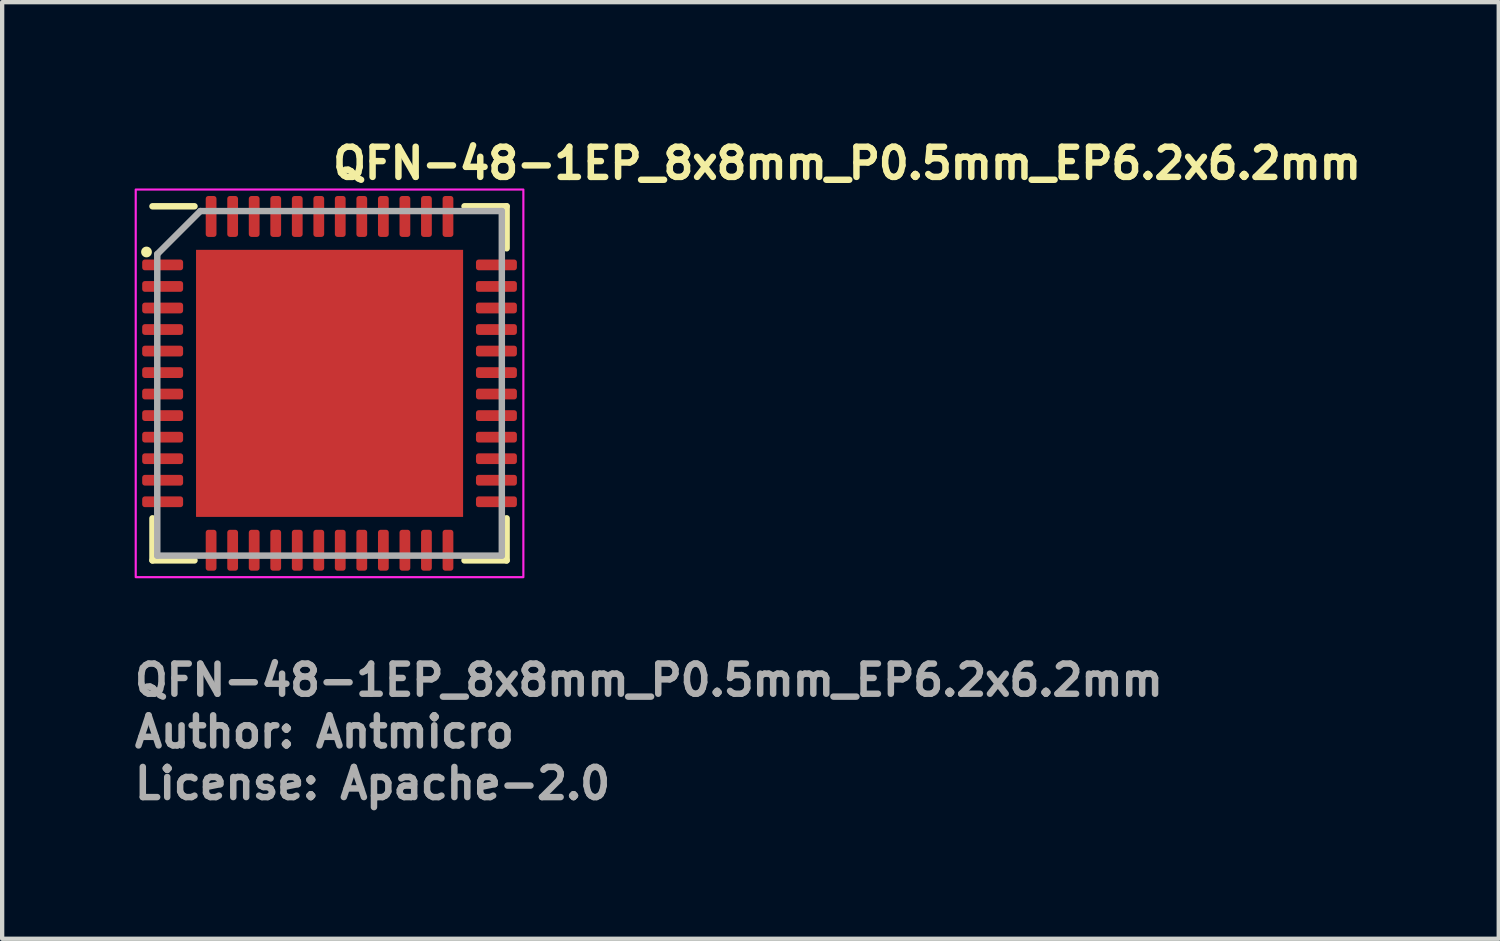
<source format=kicad_pcb>
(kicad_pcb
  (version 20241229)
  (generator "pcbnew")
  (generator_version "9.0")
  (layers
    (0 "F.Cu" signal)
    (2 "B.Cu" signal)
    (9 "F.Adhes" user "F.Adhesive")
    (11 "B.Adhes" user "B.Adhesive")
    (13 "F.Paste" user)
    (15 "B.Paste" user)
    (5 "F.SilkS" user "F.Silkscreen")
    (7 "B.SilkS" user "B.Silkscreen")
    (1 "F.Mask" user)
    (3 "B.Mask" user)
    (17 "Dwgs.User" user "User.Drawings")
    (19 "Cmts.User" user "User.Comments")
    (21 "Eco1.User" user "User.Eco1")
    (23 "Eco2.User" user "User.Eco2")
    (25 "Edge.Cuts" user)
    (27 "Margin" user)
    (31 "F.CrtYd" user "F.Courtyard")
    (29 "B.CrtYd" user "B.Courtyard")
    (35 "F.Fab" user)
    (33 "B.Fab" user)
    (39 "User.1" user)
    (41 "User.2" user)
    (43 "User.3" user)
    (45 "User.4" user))
  (footprint "QFN-48-1EP_8x8mm_P0.5mm_EP6.2x6.2mm"
    (layer "F.Cu")
    (at 4.601 5.85)
    (property "Reference" "QFN-48-1EP_8x8mm_P0.5mm_EP6.2x6.2mm" (at 0 -4.7 0) (layer "F.SilkS") (effects (font (size 0.7 0.7) (thickness 0.15)) (justify left bottom)))
    (attr smd)
    (fp_line (start -4.111 4.11) (end -4.111 3.133) (stroke (width 0.15) (type solid)) (layer "F.SilkS"))
    (fp_line (start -3.136 -4.111) (end -4.111 -4.111) (stroke (width 0.15) (type solid)) (layer "F.SilkS"))
    (fp_line (start -3.136 4.11) (end -4.111 4.11) (stroke (width 0.15) (type solid)) (layer "F.SilkS"))
    (fp_line (start 3.133 -4.111) (end 4.11 -4.111) (stroke (width 0.15) (type solid)) (layer "F.SilkS"))
    (fp_line (start 3.133 4.11) (end 4.11 4.11) (stroke (width 0.15) (type solid)) (layer "F.SilkS"))
    (fp_line (start 4.11 -4.111) (end 4.11 -3.136) (stroke (width 0.15) (type solid)) (layer "F.SilkS"))
    (fp_line (start 4.11 4.11) (end 4.11 3.133) (stroke (width 0.15) (type solid)) (layer "F.SilkS"))
    (fp_circle (center -4.25 -3.05) (end -4.2 -3.05) (stroke (width 0.15) (type solid)) (fill yes) (layer "F.SilkS"))
    (fp_rect (start -4.5 -4.5) (end 4.499 4.499) (stroke (width 0.05) (type solid)) (fill no) (layer "F.CrtYd"))
    (fp_line (start -4 -3) (end -3 -4) (stroke (width 0.15) (type solid)) (layer "F.Fab"))
    (fp_line (start -4 3.999) (end -4 -3) (stroke (width 0.15) (type solid)) (layer "F.Fab"))
    (fp_line (start -3 -4) (end 3.999 -4) (stroke (width 0.15) (type solid)) (layer "F.Fab"))
    (fp_line (start 3.999 -4) (end 3.999 3.999) (stroke (width 0.15) (type solid)) (layer "F.Fab"))
    (fp_line (start 3.999 3.999) (end -4 3.999) (stroke (width 0.15) (type solid)) (layer "F.Fab"))
    (fp_rect (start -4 -4) (end 3.999 3.999) (stroke (width 0.1) (type solid)) (fill no) (layer "User.5"))
    (fp_line (start -4 -2.875) (end -4 -2.625) (stroke (width 0.02) (type solid)) (layer "User.9"))
    (fp_line (start -4 -2.625) (end -3.992 -2.625) (stroke (width 0.02) (type solid)) (layer "User.9"))
    (fp_line (start -4 -2.375) (end -4 -2.125) (stroke (width 0.02) (type solid)) (layer "User.9"))
    (fp_line (start -4 -2.125) (end -3.992 -2.125) (stroke (width 0.02) (type solid)) (layer "User.9"))
    (fp_line (start -4 -1.875) (end -4 -1.625) (stroke (width 0.02) (type solid)) (layer "User.9"))
    (fp_line (start -4 -1.625) (end -3.992 -1.625) (stroke (width 0.02) (type solid)) (layer "User.9"))
    (fp_line (start -4 -1.375) (end -4 -1.125) (stroke (width 0.02) (type solid)) (layer "User.9"))
    (fp_line (start -4 -1.125) (end -3.992 -1.125) (stroke (width 0.02) (type solid)) (layer "User.9"))
    (fp_line (start -4 -0.875) (end -4 -0.625) (stroke (width 0.02) (type solid)) (layer "User.9"))
    (fp_line (start -4 -0.625) (end -3.992 -0.625) (stroke (width 0.02) (type solid)) (layer "User.9"))
    (fp_line (start -4 -0.375) (end -4 -0.125) (stroke (width 0.02) (type solid)) (layer "User.9"))
    (fp_line (start -4 -0.125) (end -3.992 -0.125) (stroke (width 0.02) (type solid)) (layer "User.9"))
    (fp_line (start -4 0.123) (end -4 0.373) (stroke (width 0.02) (type solid)) (layer "User.9"))
    (fp_line (start -4 0.373) (end -3.992 0.373) (stroke (width 0.02) (type solid)) (layer "User.9"))
    (fp_line (start -4 0.623) (end -4 0.873) (stroke (width 0.02) (type solid)) (layer "User.9"))
    (fp_line (start -4 0.873) (end -3.992 0.873) (stroke (width 0.02) (type solid)) (layer "User.9"))
    (fp_line (start -4 1.124) (end -4 1.374) (stroke (width 0.02) (type solid)) (layer "User.9"))
    (fp_line (start -4 1.374) (end -3.992 1.374) (stroke (width 0.02) (type solid)) (layer "User.9"))
    (fp_line (start -4 1.624) (end -4 1.874) (stroke (width 0.02) (type solid)) (layer "User.9"))
    (fp_line (start -4 1.874) (end -3.992 1.874) (stroke (width 0.02) (type solid)) (layer "User.9"))
    (fp_line (start -4 2.124) (end -4 2.374) (stroke (width 0.02) (type solid)) (layer "User.9"))
    (fp_line (start -4 2.374) (end -3.992 2.374) (stroke (width 0.02) (type solid)) (layer "User.9"))
    (fp_line (start -4 2.624) (end -4 2.874) (stroke (width 0.02) (type solid)) (layer "User.9"))
    (fp_line (start -4 2.874) (end -3.992 2.874) (stroke (width 0.02) (type solid)) (layer "User.9"))
    (fp_line (start -3.992 -3.992) (end -3.992 3.99) (stroke (width 0.02) (type solid)) (layer "User.9"))
    (fp_line (start -3.992 -3.992) (end 3.99 -3.992) (stroke (width 0.02) (type solid)) (layer "User.9"))
    (fp_line (start -3.992 -2.875) (end -4 -2.875) (stroke (width 0.02) (type solid)) (layer "User.9"))
    (fp_line (start -3.992 -2.375) (end -4 -2.375) (stroke (width 0.02) (type solid)) (layer "User.9"))
    (fp_line (start -3.992 -1.875) (end -4 -1.875) (stroke (width 0.02) (type solid)) (layer "User.9"))
    (fp_line (start -3.992 -1.375) (end -4 -1.375) (stroke (width 0.02) (type solid)) (layer "User.9"))
    (fp_line (start -3.992 -0.875) (end -4 -0.875) (stroke (width 0.02) (type solid)) (layer "User.9"))
    (fp_line (start -3.992 -0.375) (end -4 -0.375) (stroke (width 0.02) (type solid)) (layer "User.9"))
    (fp_line (start -3.992 0.123) (end -4 0.123) (stroke (width 0.02) (type solid)) (layer "User.9"))
    (fp_line (start -3.992 0.623) (end -4 0.623) (stroke (width 0.02) (type solid)) (layer "User.9"))
    (fp_line (start -3.992 1.124) (end -4 1.124) (stroke (width 0.02) (type solid)) (layer "User.9"))
    (fp_line (start -3.992 1.624) (end -4 1.624) (stroke (width 0.02) (type solid)) (layer "User.9"))
    (fp_line (start -3.992 2.124) (end -4 2.124) (stroke (width 0.02) (type solid)) (layer "User.9"))
    (fp_line (start -3.992 2.624) (end -4 2.624) (stroke (width 0.02) (type solid)) (layer "User.9"))
    (fp_line (start -3.992 3.99) (end 3.99 3.99) (stroke (width 0.02) (type solid)) (layer "User.9"))
    (fp_line (start -3.44 -3.207) (end -3.439 -3.225) (stroke (width 0.02) (type solid)) (layer "User.9"))
    (fp_line (start -3.44 -3.19) (end -3.44 -3.207) (stroke (width 0.02) (type solid)) (layer "User.9"))
    (fp_line (start -3.44 -3.182) (end -3.44 -3.19) (stroke (width 0.02) (type solid)) (layer "User.9"))
    (fp_line (start -3.44 -3.174) (end -3.44 -3.182) (stroke (width 0.02) (type solid)) (layer "User.9"))
    (fp_line (start -3.439 -3.225) (end -3.436 -3.241) (stroke (width 0.02) (type solid)) (layer "User.9"))
    (fp_line (start -3.439 -3.166) (end -3.44 -3.174) (stroke (width 0.02) (type solid)) (layer "User.9"))
    (fp_line (start -3.439 -3.157) (end -3.439 -3.166) (stroke (width 0.02) (type solid)) (layer "User.9"))
    (fp_line (start -3.438 -3.149) (end -3.439 -3.157) (stroke (width 0.02) (type solid)) (layer "User.9"))
    (fp_line (start -3.436 -3.241) (end -3.432 -3.257) (stroke (width 0.02) (type solid)) (layer "User.9"))
    (fp_line (start -3.436 -3.141) (end -3.438 -3.149) (stroke (width 0.02) (type solid)) (layer "User.9"))
    (fp_line (start -3.435 -3.133) (end -3.436 -3.141) (stroke (width 0.02) (type solid)) (layer "User.9"))
    (fp_line (start -3.432 -3.257) (end -3.427 -3.271) (stroke (width 0.02) (type solid)) (layer "User.9"))
    (fp_line (start -3.432 -3.125) (end -3.435 -3.133) (stroke (width 0.02) (type solid)) (layer "User.9"))
    (fp_line (start -3.431 -3.117) (end -3.432 -3.125) (stroke (width 0.02) (type solid)) (layer "User.9"))
    (fp_line (start -3.427 -3.271) (end -3.422 -3.286) (stroke (width 0.02) (type solid)) (layer "User.9"))
    (fp_line (start -3.427 -3.11) (end -3.431 -3.117) (stroke (width 0.02) (type solid)) (layer "User.9"))
    (fp_line (start -3.424 -3.102) (end -3.427 -3.11) (stroke (width 0.02) (type solid)) (layer "User.9"))
    (fp_line (start -3.422 -3.286) (end -3.415 -3.302) (stroke (width 0.02) (type solid)) (layer "User.9"))
    (fp_line (start -3.422 -3.096) (end -3.424 -3.102) (stroke (width 0.02) (type solid)) (layer "User.9"))
    (fp_line (start -3.419 -3.088) (end -3.422 -3.096) (stroke (width 0.02) (type solid)) (layer "User.9"))
    (fp_line (start -3.415 -3.302) (end -3.407 -3.315) (stroke (width 0.02) (type solid)) (layer "User.9"))
    (fp_line (start -3.415 -3.081) (end -3.419 -3.088) (stroke (width 0.02) (type solid)) (layer "User.9"))
    (fp_line (start -3.411 -3.073) (end -3.415 -3.081) (stroke (width 0.02) (type solid)) (layer "User.9"))
    (fp_line (start -3.407 -3.315) (end -3.399 -3.33) (stroke (width 0.02) (type solid)) (layer "User.9"))
    (fp_line (start -3.407 -3.065) (end -3.411 -3.073) (stroke (width 0.02) (type solid)) (layer "User.9"))
    (fp_line (start -3.403 -3.06) (end -3.407 -3.065) (stroke (width 0.02) (type solid)) (layer "User.9"))
    (fp_line (start -3.399 -3.33) (end -3.39 -3.343) (stroke (width 0.02) (type solid)) (layer "User.9"))
    (fp_line (start -3.399 -3.052) (end -3.403 -3.06) (stroke (width 0.02) (type solid)) (layer "User.9"))
    (fp_line (start -3.395 -3.045) (end -3.399 -3.052) (stroke (width 0.02) (type solid)) (layer "User.9"))
    (fp_line (start -3.39 -3.343) (end -3.379 -3.355) (stroke (width 0.02) (type solid)) (layer "User.9"))
    (fp_line (start -3.39 -3.04) (end -3.395 -3.045) (stroke (width 0.02) (type solid)) (layer "User.9"))
    (fp_line (start -3.384 -3.032) (end -3.39 -3.04) (stroke (width 0.02) (type solid)) (layer "User.9"))
    (fp_line (start -3.379 -3.355) (end -3.368 -3.367) (stroke (width 0.02) (type solid)) (layer "User.9"))
    (fp_line (start -3.379 -3.027) (end -3.384 -3.032) (stroke (width 0.02) (type solid)) (layer "User.9"))
    (fp_line (start -3.374 -3.02) (end -3.379 -3.027) (stroke (width 0.02) (type solid)) (layer "User.9"))
    (fp_line (start -3.368 -3.367) (end -3.356 -3.379) (stroke (width 0.02) (type solid)) (layer "User.9"))
    (fp_line (start -3.368 -3.015) (end -3.374 -3.02) (stroke (width 0.02) (type solid)) (layer "User.9"))
    (fp_line (start -3.363 -3.008) (end -3.368 -3.015) (stroke (width 0.02) (type solid)) (layer "User.9"))
    (fp_line (start -3.356 -3.379) (end -3.343 -3.39) (stroke (width 0.02) (type solid)) (layer "User.9"))
    (fp_line (start -3.356 -3.004) (end -3.363 -3.008) (stroke (width 0.02) (type solid)) (layer "User.9"))
    (fp_line (start -3.351 -2.999) (end -3.356 -3.004) (stroke (width 0.02) (type solid)) (layer "User.9"))
    (fp_line (start -3.343 -3.39) (end -3.331 -3.399) (stroke (width 0.02) (type solid)) (layer "User.9"))
    (fp_line (start -3.343 -2.992) (end -3.351 -2.999) (stroke (width 0.02) (type solid)) (layer "User.9"))
    (fp_line (start -3.336 -2.988) (end -3.343 -2.992) (stroke (width 0.02) (type solid)) (layer "User.9"))
    (fp_line (start -3.331 -3.399) (end -3.315 -3.407) (stroke (width 0.02) (type solid)) (layer "User.9"))
    (fp_line (start -3.331 -2.984) (end -3.336 -2.988) (stroke (width 0.02) (type solid)) (layer "User.9"))
    (fp_line (start -3.323 -2.979) (end -3.331 -2.984) (stroke (width 0.02) (type solid)) (layer "User.9"))
    (fp_line (start -3.315 -3.407) (end -3.315 -3.407) (stroke (width 0.02) (type solid)) (layer "User.9"))
    (fp_line (start -3.315 -3.407) (end -3.302 -3.415) (stroke (width 0.02) (type solid)) (layer "User.9"))
    (fp_line (start -3.315 -2.975) (end -3.323 -2.979) (stroke (width 0.02) (type solid)) (layer "User.9"))
    (fp_line (start -3.315 -2.975) (end -3.315 -2.975) (stroke (width 0.02) (type solid)) (layer "User.9"))
    (fp_line (start -3.302 -3.415) (end -3.286 -3.423) (stroke (width 0.02) (type solid)) (layer "User.9"))
    (fp_line (start -3.302 -2.967) (end -3.315 -2.975) (stroke (width 0.02) (type solid)) (layer "User.9"))
    (fp_line (start -3.286 -3.423) (end -3.27 -3.427) (stroke (width 0.02) (type solid)) (layer "User.9"))
    (fp_line (start -3.286 -2.96) (end -3.302 -2.967) (stroke (width 0.02) (type solid)) (layer "User.9"))
    (fp_line (start -3.27 -3.427) (end -3.255 -3.432) (stroke (width 0.02) (type solid)) (layer "User.9"))
    (fp_line (start -3.27 -2.955) (end -3.286 -2.96) (stroke (width 0.02) (type solid)) (layer "User.9"))
    (fp_line (start -3.255 -3.432) (end -3.239 -3.436) (stroke (width 0.02) (type solid)) (layer "User.9"))
    (fp_line (start -3.255 -2.949) (end -3.27 -2.955) (stroke (width 0.02) (type solid)) (layer "User.9"))
    (fp_line (start -3.239 -3.436) (end -3.223 -3.439) (stroke (width 0.02) (type solid)) (layer "User.9"))
    (fp_line (start -3.239 -2.945) (end -3.255 -2.949) (stroke (width 0.02) (type solid)) (layer "User.9"))
    (fp_line (start -3.223 -3.439) (end -3.207 -3.44) (stroke (width 0.02) (type solid)) (layer "User.9"))
    (fp_line (start -3.223 -2.943) (end -3.239 -2.945) (stroke (width 0.02) (type solid)) (layer "User.9"))
    (fp_line (start -3.207 -3.44) (end -3.19 -3.44) (stroke (width 0.02) (type solid)) (layer "User.9"))
    (fp_line (start -3.207 -2.942) (end -3.223 -2.943) (stroke (width 0.02) (type solid)) (layer "User.9"))
    (fp_line (start -3.19 -3.44) (end -3.174 -3.44) (stroke (width 0.02) (type solid)) (layer "User.9"))
    (fp_line (start -3.19 -2.94) (end -3.207 -2.942) (stroke (width 0.02) (type solid)) (layer "User.9"))
    (fp_line (start -3.174 -3.44) (end -3.158 -3.439) (stroke (width 0.02) (type solid)) (layer "User.9"))
    (fp_line (start -3.174 -2.942) (end -3.19 -2.94) (stroke (width 0.02) (type solid)) (layer "User.9"))
    (fp_line (start -3.158 -3.439) (end -3.142 -3.436) (stroke (width 0.02) (type solid)) (layer "User.9"))
    (fp_line (start -3.158 -2.943) (end -3.174 -2.942) (stroke (width 0.02) (type solid)) (layer "User.9"))
    (fp_line (start -3.142 -3.436) (end -3.126 -3.432) (stroke (width 0.02) (type solid)) (layer "User.9"))
    (fp_line (start -3.142 -2.945) (end -3.158 -2.943) (stroke (width 0.02) (type solid)) (layer "User.9"))
    (fp_line (start -3.126 -3.432) (end -3.112 -3.427) (stroke (width 0.02) (type solid)) (layer "User.9"))
    (fp_line (start -3.126 -2.949) (end -3.142 -2.945) (stroke (width 0.02) (type solid)) (layer "User.9"))
    (fp_line (start -3.112 -3.427) (end -3.096 -3.423) (stroke (width 0.02) (type solid)) (layer "User.9"))
    (fp_line (start -3.112 -2.955) (end -3.126 -2.949) (stroke (width 0.02) (type solid)) (layer "User.9"))
    (fp_line (start -3.096 -3.423) (end -3.081 -3.415) (stroke (width 0.02) (type solid)) (layer "User.9"))
    (fp_line (start -3.096 -2.96) (end -3.112 -2.955) (stroke (width 0.02) (type solid)) (layer "User.9"))
    (fp_line (start -3.081 -3.415) (end -3.065 -3.407) (stroke (width 0.02) (type solid)) (layer "User.9"))
    (fp_line (start -3.081 -2.967) (end -3.096 -2.96) (stroke (width 0.02) (type solid)) (layer "User.9"))
    (fp_line (start -3.065 -3.407) (end -3.065 -3.407) (stroke (width 0.02) (type solid)) (layer "User.9"))
    (fp_line (start -3.065 -3.407) (end -3.059 -3.403) (stroke (width 0.02) (type solid)) (layer "User.9"))
    (fp_line (start -3.065 -2.975) (end -3.081 -2.967) (stroke (width 0.02) (type solid)) (layer "User.9"))
    (fp_line (start -3.065 -2.975) (end -3.065 -2.975) (stroke (width 0.02) (type solid)) (layer "User.9"))
    (fp_line (start -3.059 -3.403) (end -3.052 -3.399) (stroke (width 0.02) (type solid)) (layer "User.9"))
    (fp_line (start -3.052 -3.399) (end -3.045 -3.394) (stroke (width 0.02) (type solid)) (layer "User.9"))
    (fp_line (start -3.052 -2.984) (end -3.065 -2.975) (stroke (width 0.02) (type solid)) (layer "User.9"))
    (fp_line (start -3.045 -3.394) (end -3.039 -3.39) (stroke (width 0.02) (type solid)) (layer "User.9"))
    (fp_line (start -3.039 -3.39) (end -3.032 -3.383) (stroke (width 0.02) (type solid)) (layer "User.9"))
    (fp_line (start -3.039 -2.992) (end -3.052 -2.984) (stroke (width 0.02) (type solid)) (layer "User.9"))
    (fp_line (start -3.032 -3.383) (end -3.025 -3.379) (stroke (width 0.02) (type solid)) (layer "User.9"))
    (fp_line (start -3.025 -3.379) (end -3.02 -3.374) (stroke (width 0.02) (type solid)) (layer "User.9"))
    (fp_line (start -3.025 -3.004) (end -3.039 -2.992) (stroke (width 0.02) (type solid)) (layer "User.9"))
    (fp_line (start -3.02 -3.374) (end -3.013 -3.367) (stroke (width 0.02) (type solid)) (layer "User.9"))
    (fp_line (start -3.013 -3.367) (end -3.008 -3.362) (stroke (width 0.02) (type solid)) (layer "User.9"))
    (fp_line (start -3.013 -3.015) (end -3.025 -3.004) (stroke (width 0.02) (type solid)) (layer "User.9"))
    (fp_line (start -3.008 -3.362) (end -3.003 -3.355) (stroke (width 0.02) (type solid)) (layer "User.9"))
    (fp_line (start -3.003 -3.355) (end -2.997 -3.35) (stroke (width 0.02) (type solid)) (layer "User.9"))
    (fp_line (start -3.003 -3.027) (end -3.013 -3.015) (stroke (width 0.02) (type solid)) (layer "User.9"))
    (fp_line (start -2.997 -3.35) (end -2.992 -3.343) (stroke (width 0.02) (type solid)) (layer "User.9"))
    (fp_line (start -2.992 -3.343) (end -2.988 -3.336) (stroke (width 0.02) (type solid)) (layer "User.9"))
    (fp_line (start -2.992 -3.04) (end -3.003 -3.027) (stroke (width 0.02) (type solid)) (layer "User.9"))
    (fp_line (start -2.988 -3.336) (end -2.984 -3.33) (stroke (width 0.02) (type solid)) (layer "User.9"))
    (fp_line (start -2.984 -3.33) (end -2.979 -3.322) (stroke (width 0.02) (type solid)) (layer "User.9"))
    (fp_line (start -2.984 -3.052) (end -2.992 -3.04) (stroke (width 0.02) (type solid)) (layer "User.9"))
    (fp_line (start -2.979 -3.322) (end -2.975 -3.315) (stroke (width 0.02) (type solid)) (layer "User.9"))
    (fp_line (start -2.975 -3.315) (end -2.971 -3.309) (stroke (width 0.02) (type solid)) (layer "User.9"))
    (fp_line (start -2.975 -3.065) (end -2.984 -3.052) (stroke (width 0.02) (type solid)) (layer "User.9"))
    (fp_line (start -2.971 -3.309) (end -2.967 -3.302) (stroke (width 0.02) (type solid)) (layer "User.9"))
    (fp_line (start -2.967 -3.302) (end -2.964 -3.294) (stroke (width 0.02) (type solid)) (layer "User.9"))
    (fp_line (start -2.967 -3.081) (end -2.975 -3.065) (stroke (width 0.02) (type solid)) (layer "User.9"))
    (fp_line (start -2.964 -3.294) (end -2.96 -3.286) (stroke (width 0.02) (type solid)) (layer "User.9"))
    (fp_line (start -2.96 -3.286) (end -2.957 -3.279) (stroke (width 0.02) (type solid)) (layer "User.9"))
    (fp_line (start -2.96 -3.096) (end -2.967 -3.081) (stroke (width 0.02) (type solid)) (layer "User.9"))
    (fp_line (start -2.957 -3.279) (end -2.955 -3.271) (stroke (width 0.02) (type solid)) (layer "User.9"))
    (fp_line (start -2.955 -3.271) (end -2.952 -3.265) (stroke (width 0.02) (type solid)) (layer "User.9"))
    (fp_line (start -2.955 -3.11) (end -2.96 -3.096) (stroke (width 0.02) (type solid)) (layer "User.9"))
    (fp_line (start -2.952 -3.265) (end -2.949 -3.257) (stroke (width 0.02) (type solid)) (layer "User.9"))
    (fp_line (start -2.949 -3.257) (end -2.948 -3.249) (stroke (width 0.02) (type solid)) (layer "User.9"))
    (fp_line (start -2.949 -3.125) (end -2.955 -3.11) (stroke (width 0.02) (type solid)) (layer "User.9"))
    (fp_line (start -2.948 -3.249) (end -2.945 -3.241) (stroke (width 0.02) (type solid)) (layer "User.9"))
    (fp_line (start -2.945 -3.241) (end -2.944 -3.233) (stroke (width 0.02) (type solid)) (layer "User.9"))
    (fp_line (start -2.945 -3.141) (end -2.949 -3.125) (stroke (width 0.02) (type solid)) (layer "User.9"))
    (fp_line (start -2.944 -3.233) (end -2.943 -3.225) (stroke (width 0.02) (type solid)) (layer "User.9"))
    (fp_line (start -2.943 -3.225) (end -2.943 -3.215) (stroke (width 0.02) (type solid)) (layer "User.9"))
    (fp_line (start -2.943 -3.215) (end -2.942 -3.207) (stroke (width 0.02) (type solid)) (layer "User.9"))
    (fp_line (start -2.943 -3.157) (end -2.945 -3.141) (stroke (width 0.02) (type solid)) (layer "User.9"))
    (fp_line (start -2.942 -3.207) (end -2.942 -3.2) (stroke (width 0.02) (type solid)) (layer "User.9"))
    (fp_line (start -2.942 -3.2) (end -2.94 -3.19) (stroke (width 0.02) (type solid)) (layer "User.9"))
    (fp_line (start -2.942 -3.174) (end -2.943 -3.157) (stroke (width 0.02) (type solid)) (layer "User.9"))
    (fp_line (start -2.94 -3.19) (end -2.942 -3.174) (stroke (width 0.02) (type solid)) (layer "User.9"))
    (fp_line (start -2.875 -4) (end -2.875 -3.992) (stroke (width 0.02) (type solid)) (layer "User.9"))
    (fp_line (start -2.875 3.99) (end -2.875 3.999) (stroke (width 0.02) (type solid)) (layer "User.9"))
    (fp_line (start -2.875 3.999) (end -2.625 3.999) (stroke (width 0.02) (type solid)) (layer "User.9"))
    (fp_line (start -2.625 -4) (end -2.875 -4) (stroke (width 0.02) (type solid)) (layer "User.9"))
    (fp_line (start -2.625 -3.992) (end -2.625 -4) (stroke (width 0.02) (type solid)) (layer "User.9"))
    (fp_line (start -2.625 3.999) (end -2.625 3.99) (stroke (width 0.02) (type solid)) (layer "User.9"))
    (fp_line (start -2.375 -4) (end -2.375 -3.992) (stroke (width 0.02) (type solid)) (layer "User.9"))
    (fp_line (start -2.375 3.99) (end -2.375 3.999) (stroke (width 0.02) (type solid)) (layer "User.9"))
    (fp_line (start -2.375 3.999) (end -2.125 3.999) (stroke (width 0.02) (type solid)) (layer "User.9"))
    (fp_line (start -2.125 -4) (end -2.375 -4) (stroke (width 0.02) (type solid)) (layer "User.9"))
    (fp_line (start -2.125 -3.992) (end -2.125 -4) (stroke (width 0.02) (type solid)) (layer "User.9"))
    (fp_line (start -2.125 3.999) (end -2.125 3.99) (stroke (width 0.02) (type solid)) (layer "User.9"))
    (fp_line (start -1.875 -4) (end -1.875 -3.992) (stroke (width 0.02) (type solid)) (layer "User.9"))
    (fp_line (start -1.875 3.99) (end -1.875 3.999) (stroke (width 0.02) (type solid)) (layer "User.9"))
    (fp_line (start -1.875 3.999) (end -1.625 3.999) (stroke (width 0.02) (type solid)) (layer "User.9"))
    (fp_line (start -1.625 -4) (end -1.875 -4) (stroke (width 0.02) (type solid)) (layer "User.9"))
    (fp_line (start -1.625 -3.992) (end -1.625 -4) (stroke (width 0.02) (type solid)) (layer "User.9"))
    (fp_line (start -1.625 3.999) (end -1.625 3.99) (stroke (width 0.02) (type solid)) (layer "User.9"))
    (fp_line (start -1.375 -4) (end -1.375 -3.992) (stroke (width 0.02) (type solid)) (layer "User.9"))
    (fp_line (start -1.375 3.99) (end -1.375 3.999) (stroke (width 0.02) (type solid)) (layer "User.9"))
    (fp_line (start -1.375 3.999) (end -1.125 3.999) (stroke (width 0.02) (type solid)) (layer "User.9"))
    (fp_line (start -1.125 -4) (end -1.375 -4) (stroke (width 0.02) (type solid)) (layer "User.9"))
    (fp_line (start -1.125 -3.992) (end -1.125 -4) (stroke (width 0.02) (type solid)) (layer "User.9"))
    (fp_line (start -1.125 3.999) (end -1.125 3.99) (stroke (width 0.02) (type solid)) (layer "User.9"))
    (fp_line (start -0.875 -4) (end -0.875 -3.992) (stroke (width 0.02) (type solid)) (layer "User.9"))
    (fp_line (start -0.875 3.99) (end -0.875 3.999) (stroke (width 0.02) (type solid)) (layer "User.9"))
    (fp_line (start -0.875 3.999) (end -0.625 3.999) (stroke (width 0.02) (type solid)) (layer "User.9"))
    (fp_line (start -0.625 -4) (end -0.875 -4) (stroke (width 0.02) (type solid)) (layer "User.9"))
    (fp_line (start -0.625 -3.992) (end -0.625 -4) (stroke (width 0.02) (type solid)) (layer "User.9"))
    (fp_line (start -0.625 3.999) (end -0.625 3.99) (stroke (width 0.02) (type solid)) (layer "User.9"))
    (fp_line (start -0.375 -4) (end -0.375 -3.992) (stroke (width 0.02) (type solid)) (layer "User.9"))
    (fp_line (start -0.375 3.99) (end -0.375 3.999) (stroke (width 0.02) (type solid)) (layer "User.9"))
    (fp_line (start -0.375 3.999) (end -0.125 3.999) (stroke (width 0.02) (type solid)) (layer "User.9"))
    (fp_line (start -0.125 -4) (end -0.375 -4) (stroke (width 0.02) (type solid)) (layer "User.9"))
    (fp_line (start -0.125 -3.992) (end -0.125 -4) (stroke (width 0.02) (type solid)) (layer "User.9"))
    (fp_line (start -0.125 3.999) (end -0.125 3.99) (stroke (width 0.02) (type solid)) (layer "User.9"))
    (fp_line (start 0.123 -4) (end 0.123 -3.992) (stroke (width 0.02) (type solid)) (layer "User.9"))
    (fp_line (start 0.123 3.99) (end 0.123 3.999) (stroke (width 0.02) (type solid)) (layer "User.9"))
    (fp_line (start 0.123 3.999) (end 0.373 3.999) (stroke (width 0.02) (type solid)) (layer "User.9"))
    (fp_line (start 0.373 -4) (end 0.123 -4) (stroke (width 0.02) (type solid)) (layer "User.9"))
    (fp_line (start 0.373 -3.992) (end 0.373 -4) (stroke (width 0.02) (type solid)) (layer "User.9"))
    (fp_line (start 0.373 3.999) (end 0.373 3.99) (stroke (width 0.02) (type solid)) (layer "User.9"))
    (fp_line (start 0.623 -4) (end 0.623 -3.992) (stroke (width 0.02) (type solid)) (layer "User.9"))
    (fp_line (start 0.623 3.99) (end 0.623 3.999) (stroke (width 0.02) (type solid)) (layer "User.9"))
    (fp_line (start 0.623 3.999) (end 0.873 3.999) (stroke (width 0.02) (type solid)) (layer "User.9"))
    (fp_line (start 0.873 -4) (end 0.623 -4) (stroke (width 0.02) (type solid)) (layer "User.9"))
    (fp_line (start 0.873 -3.992) (end 0.873 -4) (stroke (width 0.02) (type solid)) (layer "User.9"))
    (fp_line (start 0.873 3.999) (end 0.873 3.99) (stroke (width 0.02) (type solid)) (layer "User.9"))
    (fp_line (start 1.124 -4) (end 1.124 -3.992) (stroke (width 0.02) (type solid)) (layer "User.9"))
    (fp_line (start 1.124 3.99) (end 1.124 3.999) (stroke (width 0.02) (type solid)) (layer "User.9"))
    (fp_line (start 1.124 3.999) (end 1.374 3.999) (stroke (width 0.02) (type solid)) (layer "User.9"))
    (fp_line (start 1.374 -4) (end 1.124 -4) (stroke (width 0.02) (type solid)) (layer "User.9"))
    (fp_line (start 1.374 -3.992) (end 1.374 -4) (stroke (width 0.02) (type solid)) (layer "User.9"))
    (fp_line (start 1.374 3.999) (end 1.374 3.99) (stroke (width 0.02) (type solid)) (layer "User.9"))
    (fp_line (start 1.624 -4) (end 1.624 -3.992) (stroke (width 0.02) (type solid)) (layer "User.9"))
    (fp_line (start 1.624 3.99) (end 1.624 3.999) (stroke (width 0.02) (type solid)) (layer "User.9"))
    (fp_line (start 1.624 3.999) (end 1.874 3.999) (stroke (width 0.02) (type solid)) (layer "User.9"))
    (fp_line (start 1.874 -4) (end 1.624 -4) (stroke (width 0.02) (type solid)) (layer "User.9"))
    (fp_line (start 1.874 -3.992) (end 1.874 -4) (stroke (width 0.02) (type solid)) (layer "User.9"))
    (fp_line (start 1.874 3.999) (end 1.874 3.99) (stroke (width 0.02) (type solid)) (layer "User.9"))
    (fp_line (start 2.124 -4) (end 2.124 -3.992) (stroke (width 0.02) (type solid)) (layer "User.9"))
    (fp_line (start 2.124 3.99) (end 2.124 3.999) (stroke (width 0.02) (type solid)) (layer "User.9"))
    (fp_line (start 2.124 3.999) (end 2.374 3.999) (stroke (width 0.02) (type solid)) (layer "User.9"))
    (fp_line (start 2.374 -4) (end 2.124 -4) (stroke (width 0.02) (type solid)) (layer "User.9"))
    (fp_line (start 2.374 -3.992) (end 2.374 -4) (stroke (width 0.02) (type solid)) (layer "User.9"))
    (fp_line (start 2.374 3.999) (end 2.374 3.99) (stroke (width 0.02) (type solid)) (layer "User.9"))
    (fp_line (start 2.624 -4) (end 2.624 -3.992) (stroke (width 0.02) (type solid)) (layer "User.9"))
    (fp_line (start 2.624 3.99) (end 2.624 3.999) (stroke (width 0.02) (type solid)) (layer "User.9"))
    (fp_line (start 2.624 3.999) (end 2.874 3.999) (stroke (width 0.02) (type solid)) (layer "User.9"))
    (fp_line (start 2.874 -4) (end 2.624 -4) (stroke (width 0.02) (type solid)) (layer "User.9"))
    (fp_line (start 2.874 -3.992) (end 2.874 -4) (stroke (width 0.02) (type solid)) (layer "User.9"))
    (fp_line (start 2.874 3.999) (end 2.874 3.99) (stroke (width 0.02) (type solid)) (layer "User.9"))
    (fp_line (start 3.99 -3.992) (end 3.99 3.99) (stroke (width 0.02) (type solid)) (layer "User.9"))
    (fp_line (start 3.99 -2.625) (end 3.999 -2.625) (stroke (width 0.02) (type solid)) (layer "User.9"))
    (fp_line (start 3.99 -2.125) (end 3.999 -2.125) (stroke (width 0.02) (type solid)) (layer "User.9"))
    (fp_line (start 3.99 -1.625) (end 3.999 -1.625) (stroke (width 0.02) (type solid)) (layer "User.9"))
    (fp_line (start 3.99 -1.125) (end 3.999 -1.125) (stroke (width 0.02) (type solid)) (layer "User.9"))
    (fp_line (start 3.99 -0.625) (end 3.999 -0.625) (stroke (width 0.02) (type solid)) (layer "User.9"))
    (fp_line (start 3.99 -0.125) (end 3.999 -0.125) (stroke (width 0.02) (type solid)) (layer "User.9"))
    (fp_line (start 3.99 0.373) (end 3.999 0.373) (stroke (width 0.02) (type solid)) (layer "User.9"))
    (fp_line (start 3.99 0.873) (end 3.999 0.873) (stroke (width 0.02) (type solid)) (layer "User.9"))
    (fp_line (start 3.99 1.374) (end 3.999 1.374) (stroke (width 0.02) (type solid)) (layer "User.9"))
    (fp_line (start 3.99 1.874) (end 3.999 1.874) (stroke (width 0.02) (type solid)) (layer "User.9"))
    (fp_line (start 3.99 2.374) (end 3.999 2.374) (stroke (width 0.02) (type solid)) (layer "User.9"))
    (fp_line (start 3.99 2.874) (end 3.999 2.874) (stroke (width 0.02) (type solid)) (layer "User.9"))
    (fp_line (start 3.999 -2.875) (end 3.99 -2.875) (stroke (width 0.02) (type solid)) (layer "User.9"))
    (fp_line (start 3.999 -2.625) (end 3.999 -2.875) (stroke (width 0.02) (type solid)) (layer "User.9"))
    (fp_line (start 3.999 -2.375) (end 3.99 -2.375) (stroke (width 0.02) (type solid)) (layer "User.9"))
    (fp_line (start 3.999 -2.125) (end 3.999 -2.375) (stroke (width 0.02) (type solid)) (layer "User.9"))
    (fp_line (start 3.999 -1.875) (end 3.99 -1.875) (stroke (width 0.02) (type solid)) (layer "User.9"))
    (fp_line (start 3.999 -1.625) (end 3.999 -1.875) (stroke (width 0.02) (type solid)) (layer "User.9"))
    (fp_line (start 3.999 -1.375) (end 3.99 -1.375) (stroke (width 0.02) (type solid)) (layer "User.9"))
    (fp_line (start 3.999 -1.125) (end 3.999 -1.375) (stroke (width 0.02) (type solid)) (layer "User.9"))
    (fp_line (start 3.999 -0.875) (end 3.99 -0.875) (stroke (width 0.02) (type solid)) (layer "User.9"))
    (fp_line (start 3.999 -0.625) (end 3.999 -0.875) (stroke (width 0.02) (type solid)) (layer "User.9"))
    (fp_line (start 3.999 -0.375) (end 3.99 -0.375) (stroke (width 0.02) (type solid)) (layer "User.9"))
    (fp_line (start 3.999 -0.125) (end 3.999 -0.375) (stroke (width 0.02) (type solid)) (layer "User.9"))
    (fp_line (start 3.999 0.123) (end 3.99 0.123) (stroke (width 0.02) (type solid)) (layer "User.9"))
    (fp_line (start 3.999 0.373) (end 3.999 0.123) (stroke (width 0.02) (type solid)) (layer "User.9"))
    (fp_line (start 3.999 0.623) (end 3.99 0.623) (stroke (width 0.02) (type solid)) (layer "User.9"))
    (fp_line (start 3.999 0.873) (end 3.999 0.623) (stroke (width 0.02) (type solid)) (layer "User.9"))
    (fp_line (start 3.999 1.124) (end 3.99 1.124) (stroke (width 0.02) (type solid)) (layer "User.9"))
    (fp_line (start 3.999 1.374) (end 3.999 1.124) (stroke (width 0.02) (type solid)) (layer "User.9"))
    (fp_line (start 3.999 1.624) (end 3.99 1.624) (stroke (width 0.02) (type solid)) (layer "User.9"))
    (fp_line (start 3.999 1.874) (end 3.999 1.624) (stroke (width 0.02) (type solid)) (layer "User.9"))
    (fp_line (start 3.999 2.124) (end 3.99 2.124) (stroke (width 0.02) (type solid)) (layer "User.9"))
    (fp_line (start 3.999 2.374) (end 3.999 2.124) (stroke (width 0.02) (type solid)) (layer "User.9"))
    (fp_line (start 3.999 2.624) (end 3.99 2.624) (stroke (width 0.02) (type solid)) (layer "User.9"))
    (fp_line (start 3.999 2.874) (end 3.999 2.624) (stroke (width 0.02) (type solid)) (layer "User.9"))
    (fp_text user "Author: Antmicro" (at -4.601 8.499 0) (layer "F.Fab") (effects (font (size 0.7 0.7) (thickness 0.15)) (justify left bottom)))
    (fp_text user "License: Apache-2.0" (at -4.601 9.698 0) (layer "F.Fab") (effects (font (size 0.7 0.7) (thickness 0.15)) (justify left bottom)))
    (fp_text user "${REFERENCE}" (at -4.601 7.299 0) (layer "F.Fab") (effects (font (size 0.7 0.7) (thickness 0.15)) (justify left bottom)))
    (pad "" smd roundrect (at -2.48 -2.48) (size 1 1) (layers "F.Paste") (roundrect_rratio 0.25))
    (pad "" smd roundrect (at -2.48 -1.24) (size 1 1) (layers "F.Paste") (roundrect_rratio 0.25))
    (pad "" smd roundrect (at -2.48 0) (size 1 1) (layers "F.Paste") (roundrect_rratio 0.25))
    (pad "" smd roundrect (at -2.48 1.239) (size 1 1) (layers "F.Paste") (roundrect_rratio 0.25))
    (pad "" smd roundrect (at -2.48 2.479) (size 1 1) (layers "F.Paste") (roundrect_rratio 0.25))
    (pad "" smd roundrect (at -1.24 -2.48) (size 1 1) (layers "F.Paste") (roundrect_rratio 0.25))
    (pad "" smd roundrect (at -1.24 -1.24) (size 1 1) (layers "F.Paste") (roundrect_rratio 0.25))
    (pad "" smd roundrect (at -1.24 0) (size 1 1) (layers "F.Paste") (roundrect_rratio 0.25))
    (pad "" smd roundrect (at -1.24 1.239) (size 1 1) (layers "F.Paste") (roundrect_rratio 0.25))
    (pad "" smd roundrect (at -1.24 2.479) (size 1 1) (layers "F.Paste") (roundrect_rratio 0.25))
    (pad "" smd roundrect (at 0 -2.48) (size 1 1) (layers "F.Paste") (roundrect_rratio 0.25))
    (pad "" smd roundrect (at 0 -1.24) (size 1 1) (layers "F.Paste") (roundrect_rratio 0.25))
    (pad "" smd roundrect (at 0 0) (size 1 1) (layers "F.Paste") (roundrect_rratio 0.25))
    (pad "" smd roundrect (at 0 1.239) (size 1 1) (layers "F.Paste") (roundrect_rratio 0.25))
    (pad "" smd roundrect (at 0 2.479) (size 1 1) (layers "F.Paste") (roundrect_rratio 0.25))
    (pad "" smd roundrect (at 1.239 -2.48) (size 1 1) (layers "F.Paste") (roundrect_rratio 0.25))
    (pad "" smd roundrect (at 1.239 -1.24) (size 1 1) (layers "F.Paste") (roundrect_rratio 0.25))
    (pad "" smd roundrect (at 1.239 0) (size 1 1) (layers "F.Paste") (roundrect_rratio 0.25))
    (pad "" smd roundrect (at 1.239 1.239) (size 1 1) (layers "F.Paste") (roundrect_rratio 0.25))
    (pad "" smd roundrect (at 1.239 2.479) (size 1 1) (layers "F.Paste") (roundrect_rratio 0.25))
    (pad "" smd roundrect (at 2.479 -2.48) (size 1 1) (layers "F.Paste") (roundrect_rratio 0.25))
    (pad "" smd roundrect (at 2.479 -1.24) (size 1 1) (layers "F.Paste") (roundrect_rratio 0.25))
    (pad "" smd roundrect (at 2.479 0) (size 1 1) (layers "F.Paste") (roundrect_rratio 0.25))
    (pad "" smd roundrect (at 2.479 1.239) (size 1 1) (layers "F.Paste") (roundrect_rratio 0.25))
    (pad "" smd roundrect (at 2.479 2.479) (size 1 1) (layers "F.Paste") (roundrect_rratio 0.25))
    (pad "1" smd roundrect (at -3.875 -2.75) (size 0.95 0.25) (layers "F.Cu" "F.Mask" "F.Paste") (roundrect_rratio 0.25))
    (pad "2" smd roundrect (at -3.875 -2.25) (size 0.95 0.25) (layers "F.Cu" "F.Mask" "F.Paste") (roundrect_rratio 0.25))
    (pad "3" smd roundrect (at -3.875 -1.75) (size 0.95 0.25) (layers "F.Cu" "F.Mask" "F.Paste") (roundrect_rratio 0.25))
    (pad "4" smd roundrect (at -3.875 -1.25) (size 0.95 0.25) (layers "F.Cu" "F.Mask" "F.Paste") (roundrect_rratio 0.25))
    (pad "5" smd roundrect (at -3.875 -0.75) (size 0.95 0.25) (layers "F.Cu" "F.Mask" "F.Paste") (roundrect_rratio 0.25))
    (pad "6" smd roundrect (at -3.875 -0.25) (size 0.95 0.25) (layers "F.Cu" "F.Mask" "F.Paste") (roundrect_rratio 0.25))
    (pad "7" smd roundrect (at -3.875 0.248) (size 0.95 0.25) (layers "F.Cu" "F.Mask" "F.Paste") (roundrect_rratio 0.25))
    (pad "8" smd roundrect (at -3.875 0.748) (size 0.95 0.25) (layers "F.Cu" "F.Mask" "F.Paste") (roundrect_rratio 0.25))
    (pad "9" smd roundrect (at -3.875 1.249) (size 0.95 0.25) (layers "F.Cu" "F.Mask" "F.Paste") (roundrect_rratio 0.25))
    (pad "10" smd roundrect (at -3.875 1.749) (size 0.95 0.25) (layers "F.Cu" "F.Mask" "F.Paste") (roundrect_rratio 0.25))
    (pad "11" smd roundrect (at -3.875 2.249) (size 0.95 0.25) (layers "F.Cu" "F.Mask" "F.Paste") (roundrect_rratio 0.25))
    (pad "12" smd roundrect (at -3.875 2.749) (size 0.95 0.25) (layers "F.Cu" "F.Mask" "F.Paste") (roundrect_rratio 0.25))
    (pad "13" smd roundrect (at -2.75 3.874) (size 0.25 0.95) (layers "F.Cu" "F.Mask" "F.Paste") (roundrect_rratio 0.25))
    (pad "14" smd roundrect (at -2.25 3.874) (size 0.25 0.95) (layers "F.Cu" "F.Mask" "F.Paste") (roundrect_rratio 0.25))
    (pad "15" smd roundrect (at -1.75 3.874) (size 0.25 0.95) (layers "F.Cu" "F.Mask" "F.Paste") (roundrect_rratio 0.25))
    (pad "16" smd roundrect (at -1.25 3.874) (size 0.25 0.95) (layers "F.Cu" "F.Mask" "F.Paste") (roundrect_rratio 0.25))
    (pad "17" smd roundrect (at -0.75 3.874) (size 0.25 0.95) (layers "F.Cu" "F.Mask" "F.Paste") (roundrect_rratio 0.25))
    (pad "18" smd roundrect (at -0.25 3.874) (size 0.25 0.95) (layers "F.Cu" "F.Mask" "F.Paste") (roundrect_rratio 0.25))
    (pad "19" smd roundrect (at 0.248 3.874) (size 0.25 0.95) (layers "F.Cu" "F.Mask" "F.Paste") (roundrect_rratio 0.25))
    (pad "20" smd roundrect (at 0.748 3.874) (size 0.25 0.95) (layers "F.Cu" "F.Mask" "F.Paste") (roundrect_rratio 0.25))
    (pad "21" smd roundrect (at 1.249 3.874) (size 0.25 0.95) (layers "F.Cu" "F.Mask" "F.Paste") (roundrect_rratio 0.25))
    (pad "22" smd roundrect (at 1.749 3.874) (size 0.25 0.95) (layers "F.Cu" "F.Mask" "F.Paste") (roundrect_rratio 0.25))
    (pad "23" smd roundrect (at 2.249 3.874) (size 0.25 0.95) (layers "F.Cu" "F.Mask" "F.Paste") (roundrect_rratio 0.25))
    (pad "24" smd roundrect (at 2.749 3.874) (size 0.25 0.95) (layers "F.Cu" "F.Mask" "F.Paste") (roundrect_rratio 0.25))
    (pad "25" smd roundrect (at 3.874 2.749) (size 0.95 0.25) (layers "F.Cu" "F.Mask" "F.Paste") (roundrect_rratio 0.25))
    (pad "26" smd roundrect (at 3.874 2.249) (size 0.95 0.25) (layers "F.Cu" "F.Mask" "F.Paste") (roundrect_rratio 0.25))
    (pad "27" smd roundrect (at 3.874 1.749) (size 0.95 0.25) (layers "F.Cu" "F.Mask" "F.Paste") (roundrect_rratio 0.25))
    (pad "28" smd roundrect (at 3.874 1.249) (size 0.95 0.25) (layers "F.Cu" "F.Mask" "F.Paste") (roundrect_rratio 0.25))
    (pad "29" smd roundrect (at 3.874 0.748) (size 0.95 0.25) (layers "F.Cu" "F.Mask" "F.Paste") (roundrect_rratio 0.25))
    (pad "30" smd roundrect (at 3.874 0.248) (size 0.95 0.25) (layers "F.Cu" "F.Mask" "F.Paste") (roundrect_rratio 0.25))
    (pad "31" smd roundrect (at 3.874 -0.25) (size 0.95 0.25) (layers "F.Cu" "F.Mask" "F.Paste") (roundrect_rratio 0.25))
    (pad "32" smd roundrect (at 3.874 -0.75) (size 0.95 0.25) (layers "F.Cu" "F.Mask" "F.Paste") (roundrect_rratio 0.25))
    (pad "33" smd roundrect (at 3.874 -1.25) (size 0.95 0.25) (layers "F.Cu" "F.Mask" "F.Paste") (roundrect_rratio 0.25))
    (pad "34" smd roundrect (at 3.874 -1.75) (size 0.95 0.25) (layers "F.Cu" "F.Mask" "F.Paste") (roundrect_rratio 0.25))
    (pad "35" smd roundrect (at 3.874 -2.25) (size 0.95 0.25) (layers "F.Cu" "F.Mask" "F.Paste") (roundrect_rratio 0.25))
    (pad "36" smd roundrect (at 3.874 -2.75) (size 0.95 0.25) (layers "F.Cu" "F.Mask" "F.Paste") (roundrect_rratio 0.25))
    (pad "37" smd roundrect (at 2.749 -3.875) (size 0.25 0.95) (layers "F.Cu" "F.Mask" "F.Paste") (roundrect_rratio 0.25))
    (pad "38" smd roundrect (at 2.249 -3.875) (size 0.25 0.95) (layers "F.Cu" "F.Mask" "F.Paste") (roundrect_rratio 0.25))
    (pad "39" smd roundrect (at 1.749 -3.875) (size 0.25 0.95) (layers "F.Cu" "F.Mask" "F.Paste") (roundrect_rratio 0.25))
    (pad "40" smd roundrect (at 1.249 -3.875) (size 0.25 0.95) (layers "F.Cu" "F.Mask" "F.Paste") (roundrect_rratio 0.25))
    (pad "41" smd roundrect (at 0.748 -3.875) (size 0.25 0.95) (layers "F.Cu" "F.Mask" "F.Paste") (roundrect_rratio 0.25))
    (pad "42" smd roundrect (at 0.248 -3.875) (size 0.25 0.95) (layers "F.Cu" "F.Mask" "F.Paste") (roundrect_rratio 0.25))
    (pad "43" smd roundrect (at -0.25 -3.875) (size 0.25 0.95) (layers "F.Cu" "F.Mask" "F.Paste") (roundrect_rratio 0.25))
    (pad "44" smd roundrect (at -0.75 -3.875) (size 0.25 0.95) (layers "F.Cu" "F.Mask" "F.Paste") (roundrect_rratio 0.25))
    (pad "45" smd roundrect (at -1.25 -3.875) (size 0.25 0.95) (layers "F.Cu" "F.Mask" "F.Paste") (roundrect_rratio 0.25))
    (pad "46" smd roundrect (at -1.75 -3.875) (size 0.25 0.95) (layers "F.Cu" "F.Mask" "F.Paste") (roundrect_rratio 0.25))
    (pad "47" smd roundrect (at -2.25 -3.875) (size 0.25 0.95) (layers "F.Cu" "F.Mask" "F.Paste") (roundrect_rratio 0.25))
    (pad "48" smd roundrect (at -2.75 -3.875) (size 0.25 0.95) (layers "F.Cu" "F.Mask" "F.Paste") (roundrect_rratio 0.25))
    (pad "49" smd rect (at 0 0) (size 6.2 6.2) (layers "F.Cu" "F.Mask")))
  (gr_rect
    (start -3 -3)
    (end 31.744 18.744)
    (stroke (width 0.1) (type default))
    (fill no)
    (layer "Edge.Cuts")))
</source>
